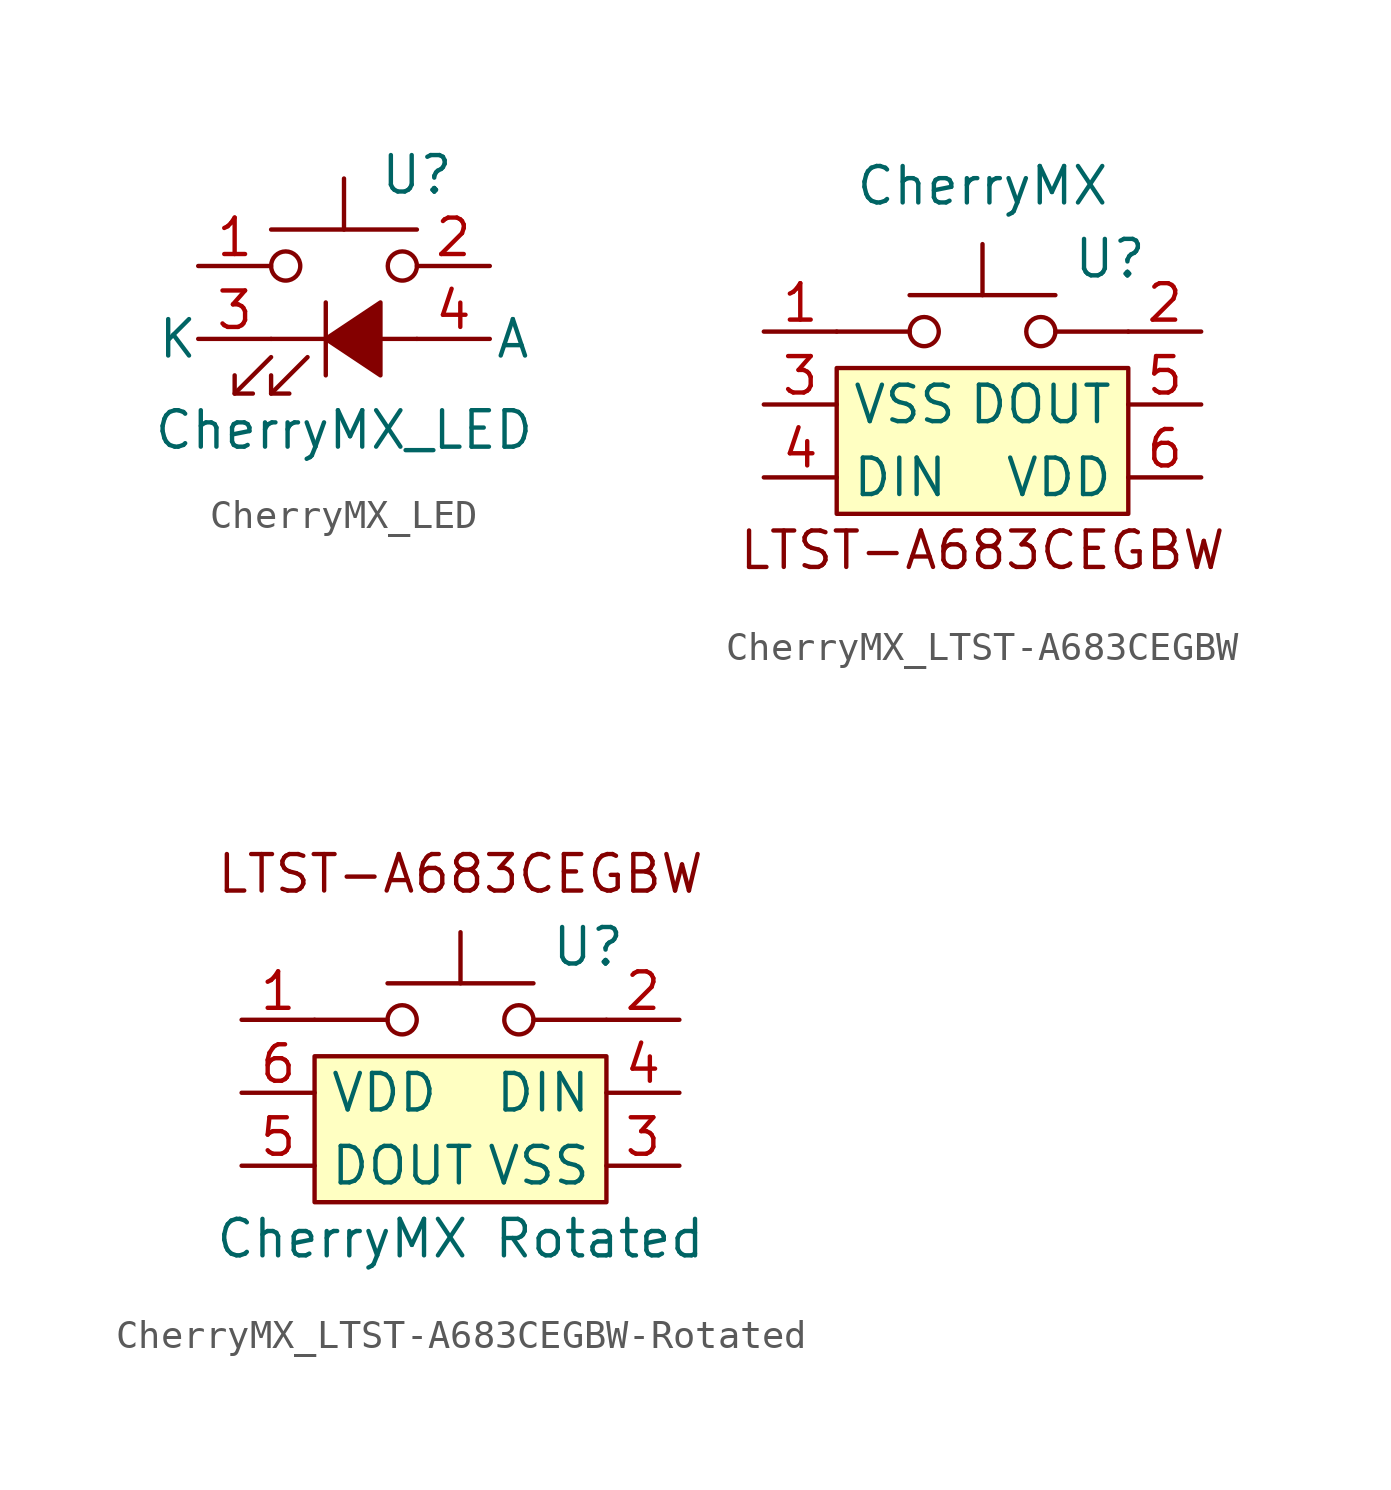
<source format=kicad_sym>
(kicad_symbol_lib
  (version 20220914)
  (generator kicad_symbol_editor)
  (symbol "CherryMX_LED"
    (pin_names
      (offset -3.988))
    (property "Reference" "U"
      (at 2.54 4.445 0)
      (effects (font (size 1.27 1.27))))
    (property "Value" "CherryMX_LED"
      (at 0 -4.445 0)
      (effects (font (size 1.27 1.27))))
    (symbol "CherryMX_LED_1_1"
      (circle (center -2.032 1.27) (radius 0.508) (stroke (width 0) (type solid)) (fill (type none)))
      (polyline (pts (xy -3.81 -3.175) (xy -2.54 -1.905)) (stroke (width 0) (type solid)) (fill (type none)))
      (polyline (pts (xy -2.54 -3.175) (xy -1.27 -1.905)) (stroke (width 0) (type solid)) (fill (type none)))
      (polyline (pts (xy -2.54 -1.27) (xy 2.54 -1.27)) (stroke (width 0) (type solid)) (fill (type none)))
      (polyline (pts (xy -0.635 0) (xy -0.635 -2.54)) (stroke (width 0) (type solid)) (fill (type none)))
      (polyline (pts (xy 0 2.54) (xy 0 4.318)) (stroke (width 0) (type solid)) (fill (type none)))
      (polyline (pts (xy 2.54 2.54) (xy -2.54 2.54)) (stroke (width 0) (type solid)) (fill (type none)))
      (polyline (pts (xy -3.81 -2.54) (xy -3.81 -3.175) (xy -3.175 -3.175)) (stroke (width 0) (type solid)) (fill (type none)))
      (polyline (pts (xy -2.54 -2.54) (xy -2.54 -3.175) (xy -1.905 -3.175)) (stroke (width 0) (type solid)) (fill (type none)))
      (polyline (pts (xy -0.635 -1.27) (xy 1.27 0) (xy 1.27 -2.54) (xy -0.635 -1.27)) (stroke (width 0) (type solid)) (fill (type outline)))
      (circle (center 2.032 1.27) (radius 0.508) (stroke (width 0) (type solid)) (fill (type none)))
      (pin passive line (at -5.08 1.27 0) (length 2.54) (name "~" (effects (font (size 1.27 1.27)))) (number "1" (effects (font (size 1.27 1.27)))))
      (pin passive line (at 5.08 1.27 180) (length 2.54) (name "~" (effects (font (size 1.27 1.27)))) (number "2" (effects (font (size 1.27 1.27)))))
      (pin passive line (at -5.08 -1.27 0) (length 2.54) (name "K" (effects (font (size 1.27 1.27)))) (number "3" (effects (font (size 1.27 1.27)))))
      (pin passive line (at 5.08 -1.27 180) (length 2.54) (name "A" (effects (font (size 1.27 1.27)))) (number "4" (effects (font (size 1.27 1.27)))))))
  (symbol "CherryMX_LTST-A683CEGBW"
    (property "Reference" "U"
      (at 4.445 5.08 0)
      (effects (font (size 1.27 1.27))))
    (property "Value" "CherryMX"
      (at 0 7.62 0)
      (effects (font (size 1.27 1.27))))
    (symbol "CherryMX_LTST-A683CEGBW_0_1"
      (rectangle (start -5.08 1.27) (end 5.08 -3.81) (stroke (width 0) (type solid)) (fill (type background)))
      (polyline (pts (xy -5.08 2.54) (xy -2.54 2.54)) (stroke (width 0) (type solid)) (fill (type none)))
      (polyline (pts (xy 2.54 2.54) (xy 5.08 2.54)) (stroke (width 0) (type solid)) (fill (type none))))
    (symbol "CherryMX_LTST-A683CEGBW_1_1"
      (circle (center -2.032 2.54) (radius 0.508) (stroke (width 0) (type solid)) (fill (type none)))
      (polyline (pts (xy 0 3.81) (xy 0 5.588)) (stroke (width 0) (type solid)) (fill (type none)))
      (polyline (pts (xy 2.54 3.81) (xy -2.54 3.81)) (stroke (width 0) (type solid)) (fill (type none)))
      (circle (center 2.032 2.54) (radius 0.508) (stroke (width 0) (type solid)) (fill (type none)))
      (text "LTST-A683CEGBW" (at 0 -5.08 0) (effects (font (size 1.27 1.27))))
      (pin passive line (at -7.62 2.54 0) (length 2.54) (name "~" (effects (font (size 1.27 1.27)))) (number "1" (effects (font (size 1.27 1.27)))))
      (pin passive line (at 7.62 2.54 180) (length 2.54) (name "~" (effects (font (size 1.27 1.27)))) (number "2" (effects (font (size 1.27 1.27)))))
      (pin power_out line (at -7.62 0 0) (length 2.54) (name "VSS" (effects (font (size 1.27 1.27)))) (number "3" (effects (font (size 1.27 1.27)))))
      (pin input line (at -7.62 -2.54 0) (length 2.54) (name "DIN" (effects (font (size 1.27 1.27)))) (number "4" (effects (font (size 1.27 1.27)))))
      (pin output line (at 7.62 0 180) (length 2.54) (name "DOUT" (effects (font (size 1.27 1.27)))) (number "5" (effects (font (size 1.27 1.27)))))
      (pin power_in line (at 7.62 -2.54 180) (length 2.54) (name "VDD" (effects (font (size 1.27 1.27)))) (number "6" (effects (font (size 1.27 1.27)))))))
  (symbol "CherryMX_LTST-A683CEGBW-Rotated"
    (property "Reference" "U"
      (at 4.445 5.08 0)
      (effects (font (size 1.27 1.27))))
    (property "Value" "CherryMX Rotated"
      (at 0 -5.08 0)
      (effects (font (size 1.27 1.27))))
    (symbol "CherryMX_LTST-A683CEGBW-Rotated_0_1"
      (polyline (pts (xy -5.08 2.54) (xy -2.54 2.54)) (stroke (width 0) (type solid)) (fill (type none)))
      (polyline (pts (xy 2.54 2.54) (xy 5.08 2.54)) (stroke (width 0) (type solid)) (fill (type none)))
      (rectangle (start 5.08 -3.81) (end -5.08 1.27) (stroke (width 0) (type solid)) (fill (type background))))
    (symbol "CherryMX_LTST-A683CEGBW-Rotated_1_1"
      (circle (center -2.032 2.54) (radius 0.508) (stroke (width 0) (type solid)) (fill (type none)))
      (polyline (pts (xy 0 3.81) (xy 0 5.588)) (stroke (width 0) (type solid)) (fill (type none)))
      (polyline (pts (xy 2.54 3.81) (xy -2.54 3.81)) (stroke (width 0) (type solid)) (fill (type none)))
      (circle (center 2.032 2.54) (radius 0.508) (stroke (width 0) (type solid)) (fill (type none)))
      (text "LTST-A683CEGBW" (at 0 7.62 0) (effects (font (size 1.27 1.27))))
      (pin passive line (at -7.62 2.54 0) (length 2.54) (name "~" (effects (font (size 1.27 1.27)))) (number "1" (effects (font (size 1.27 1.27)))))
      (pin passive line (at 7.62 2.54 180) (length 2.54) (name "~" (effects (font (size 1.27 1.27)))) (number "2" (effects (font (size 1.27 1.27)))))
      (pin power_out line (at 7.62 -2.54 180) (length 2.54) (name "VSS" (effects (font (size 1.27 1.27)))) (number "3" (effects (font (size 1.27 1.27)))))
      (pin input line (at 7.62 0 180) (length 2.54) (name "DIN" (effects (font (size 1.27 1.27)))) (number "4" (effects (font (size 1.27 1.27)))))
      (pin output line (at -7.62 -2.54 0) (length 2.54) (name "DOUT" (effects (font (size 1.27 1.27)))) (number "5" (effects (font (size 1.27 1.27)))))
      (pin power_in line (at -7.62 0 0) (length 2.54) (name "VDD" (effects (font (size 1.27 1.27)))) (number "6" (effects (font (size 1.27 1.27))))))))
</source>
